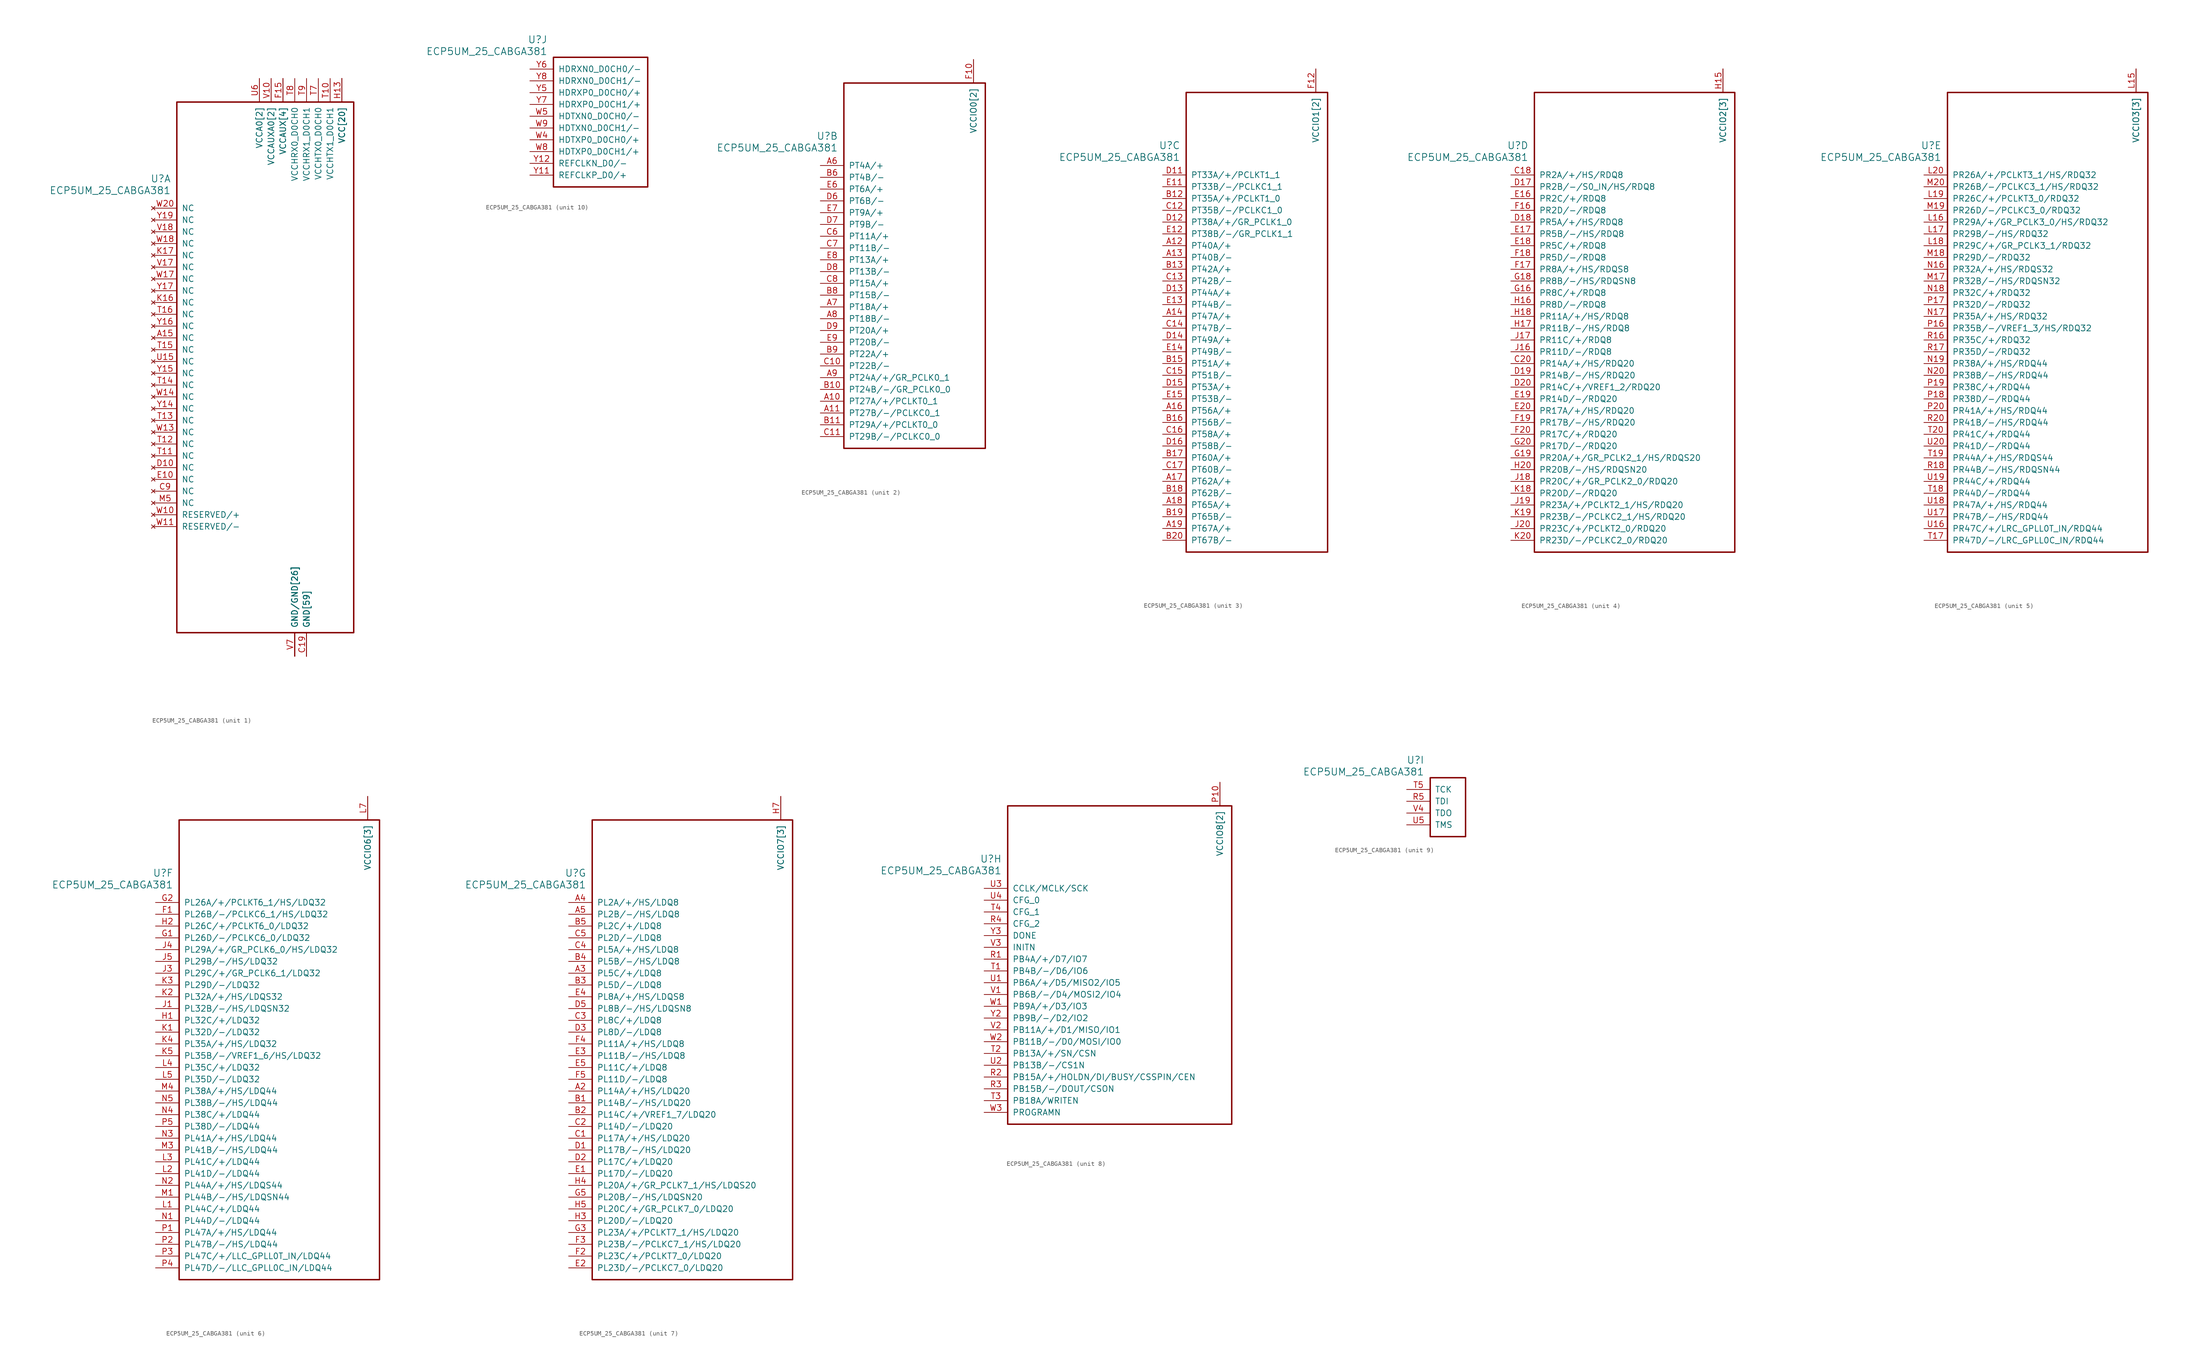
<source format=kicad_sym>
(kicad_symbol_lib
  (version 20211014)
  (generator kicad_symbol_editor)
  (symbol "ECP5UM_25_CABGA381"
    (pin_names
      (offset 1.016))
    (property "Reference" "U"
      (at 3.81 6.35 0)
      (effects (font (size 1.524 1.524)) (justify right)))
    (property "Value" "ECP5UM_25_CABGA381"
      (at 3.81 3.81 0)
      (effects (font (size 1.524 1.524)) (justify right)))
    (property "ki_locked" ""
      (at 0 0 0)
      (effects (font (size 1.27 1.27))))
    (symbol "ECP5UM_25_CABGA381_1_1"
      (rectangle (start 5.08 22.86) (end 43.18 -91.44) (stroke (width 0.305) (type default) (color 0 0 0 0)) (fill (type none)))
      (pin no_connect line (at 0 -27.94 0) (length 5.08) (name "NC" (effects (font (size 1.27 1.27)))) (number "A15" (effects (font (size 1.27 1.27)))))
      (pin power_in line (at 33.02 -96.52 90) (length 5.08) (name "GND[59]" (effects (font (size 1.27 1.27)))) (number "B14" (effects (font (size 0 0)))))
      (pin power_in line (at 33.02 -96.52 90) (length 5.08) (name "GND[59]" (effects (font (size 1.27 1.27)))) (number "B7" (effects (font (size 0 0)))))
      (pin power_in line (at 33.02 -96.52 90) (length 5.08) (name "GND[59]" (effects (font (size 1.27 1.27)))) (number "C19" (effects (font (size 1.27 1.27)))))
      (pin no_connect line (at 0 -60.96 0) (length 5.08) (name "NC" (effects (font (size 1.27 1.27)))) (number "C9" (effects (font (size 1.27 1.27)))))
      (pin no_connect line (at 0 -55.88 0) (length 5.08) (name "NC" (effects (font (size 1.27 1.27)))) (number "D10" (effects (font (size 1.27 1.27)))))
      (pin power_in line (at 33.02 -96.52 90) (length 5.08) (name "GND[59]" (effects (font (size 1.27 1.27)))) (number "D4" (effects (font (size 0 0)))))
      (pin no_connect line (at 0 -58.42 0) (length 5.08) (name "NC" (effects (font (size 1.27 1.27)))) (number "E10" (effects (font (size 1.27 1.27)))))
      (pin power_in line (at 33.02 -96.52 90) (length 5.08) (name "GND[59]" (effects (font (size 1.27 1.27)))) (number "F13" (effects (font (size 0 0)))))
      (pin power_in line (at 33.02 -96.52 90) (length 5.08) (name "GND[59]" (effects (font (size 1.27 1.27)))) (number "F14" (effects (font (size 0 0)))))
      (pin power_in line (at 27.94 27.94 270) (length 5.08) (name "VCCAUX[4]" (effects (font (size 1.27 1.27)))) (number "F15" (effects (font (size 1.27 1.27)))))
      (pin power_in line (at 27.94 27.94 270) (length 5.08) (name "VCCAUX[4]" (effects (font (size 1.27 1.27)))) (number "F6" (effects (font (size 0 0)))))
      (pin power_in line (at 33.02 -96.52 90) (length 5.08) (name "GND[59]" (effects (font (size 1.27 1.27)))) (number "F7" (effects (font (size 0 0)))))
      (pin power_in line (at 33.02 -96.52 90) (length 5.08) (name "GND[59]" (effects (font (size 1.27 1.27)))) (number "F8" (effects (font (size 0 0)))))
      (pin power_in line (at 33.02 -96.52 90) (length 5.08) (name "GND[59]" (effects (font (size 1.27 1.27)))) (number "G10" (effects (font (size 0 0)))))
      (pin power_in line (at 33.02 -96.52 90) (length 5.08) (name "GND[59]" (effects (font (size 1.27 1.27)))) (number "G11" (effects (font (size 0 0)))))
      (pin power_in line (at 33.02 -96.52 90) (length 5.08) (name "GND[59]" (effects (font (size 1.27 1.27)))) (number "G12" (effects (font (size 0 0)))))
      (pin power_in line (at 33.02 -96.52 90) (length 5.08) (name "GND[59]" (effects (font (size 1.27 1.27)))) (number "G13" (effects (font (size 0 0)))))
      (pin power_in line (at 33.02 -96.52 90) (length 5.08) (name "GND[59]" (effects (font (size 1.27 1.27)))) (number "G14" (effects (font (size 0 0)))))
      (pin power_in line (at 33.02 -96.52 90) (length 5.08) (name "GND[59]" (effects (font (size 1.27 1.27)))) (number "G15" (effects (font (size 0 0)))))
      (pin power_in line (at 33.02 -96.52 90) (length 5.08) (name "GND[59]" (effects (font (size 1.27 1.27)))) (number "G17" (effects (font (size 0 0)))))
      (pin power_in line (at 33.02 -96.52 90) (length 5.08) (name "GND[59]" (effects (font (size 1.27 1.27)))) (number "G4" (effects (font (size 0 0)))))
      (pin power_in line (at 33.02 -96.52 90) (length 5.08) (name "GND[59]" (effects (font (size 1.27 1.27)))) (number "G6" (effects (font (size 0 0)))))
      (pin power_in line (at 33.02 -96.52 90) (length 5.08) (name "GND[59]" (effects (font (size 1.27 1.27)))) (number "G7" (effects (font (size 0 0)))))
      (pin power_in line (at 33.02 -96.52 90) (length 5.08) (name "GND[59]" (effects (font (size 1.27 1.27)))) (number "G8" (effects (font (size 0 0)))))
      (pin power_in line (at 33.02 -96.52 90) (length 5.08) (name "GND[59]" (effects (font (size 1.27 1.27)))) (number "G9" (effects (font (size 0 0)))))
      (pin power_in line (at 40.64 27.94 270) (length 5.08) (name "VCC[20]" (effects (font (size 1.27 1.27)))) (number "H10" (effects (font (size 0 0)))))
      (pin power_in line (at 40.64 27.94 270) (length 5.08) (name "VCC[20]" (effects (font (size 1.27 1.27)))) (number "H11" (effects (font (size 0 0)))))
      (pin power_in line (at 40.64 27.94 270) (length 5.08) (name "VCC[20]" (effects (font (size 1.27 1.27)))) (number "H12" (effects (font (size 0 0)))))
      (pin power_in line (at 40.64 27.94 270) (length 5.08) (name "VCC[20]" (effects (font (size 1.27 1.27)))) (number "H13" (effects (font (size 1.27 1.27)))))
      (pin power_in line (at 33.02 -96.52 90) (length 5.08) (name "GND[59]" (effects (font (size 1.27 1.27)))) (number "H19" (effects (font (size 0 0)))))
      (pin power_in line (at 40.64 27.94 270) (length 5.08) (name "VCC[20]" (effects (font (size 1.27 1.27)))) (number "H8" (effects (font (size 0 0)))))
      (pin power_in line (at 40.64 27.94 270) (length 5.08) (name "VCC[20]" (effects (font (size 1.27 1.27)))) (number "H9" (effects (font (size 0 0)))))
      (pin power_in line (at 33.02 -96.52 90) (length 5.08) (name "GND[59]" (effects (font (size 1.27 1.27)))) (number "J10" (effects (font (size 0 0)))))
      (pin power_in line (at 33.02 -96.52 90) (length 5.08) (name "GND[59]" (effects (font (size 1.27 1.27)))) (number "J11" (effects (font (size 0 0)))))
      (pin power_in line (at 33.02 -96.52 90) (length 5.08) (name "GND[59]" (effects (font (size 1.27 1.27)))) (number "J12" (effects (font (size 0 0)))))
      (pin power_in line (at 40.64 27.94 270) (length 5.08) (name "VCC[20]" (effects (font (size 1.27 1.27)))) (number "J13" (effects (font (size 0 0)))))
      (pin power_in line (at 33.02 -96.52 90) (length 5.08) (name "GND[59]" (effects (font (size 1.27 1.27)))) (number "J14" (effects (font (size 0 0)))))
      (pin power_in line (at 33.02 -96.52 90) (length 5.08) (name "GND[59]" (effects (font (size 1.27 1.27)))) (number "J2" (effects (font (size 0 0)))))
      (pin power_in line (at 33.02 -96.52 90) (length 5.08) (name "GND[59]" (effects (font (size 1.27 1.27)))) (number "J7" (effects (font (size 0 0)))))
      (pin power_in line (at 40.64 27.94 270) (length 5.08) (name "VCC[20]" (effects (font (size 1.27 1.27)))) (number "J8" (effects (font (size 0 0)))))
      (pin power_in line (at 33.02 -96.52 90) (length 5.08) (name "GND[59]" (effects (font (size 1.27 1.27)))) (number "J9" (effects (font (size 0 0)))))
      (pin power_in line (at 33.02 -96.52 90) (length 5.08) (name "GND[59]" (effects (font (size 1.27 1.27)))) (number "K10" (effects (font (size 0 0)))))
      (pin power_in line (at 33.02 -96.52 90) (length 5.08) (name "GND[59]" (effects (font (size 1.27 1.27)))) (number "K11" (effects (font (size 0 0)))))
      (pin power_in line (at 33.02 -96.52 90) (length 5.08) (name "GND[59]" (effects (font (size 1.27 1.27)))) (number "K12" (effects (font (size 0 0)))))
      (pin power_in line (at 40.64 27.94 270) (length 5.08) (name "VCC[20]" (effects (font (size 1.27 1.27)))) (number "K13" (effects (font (size 0 0)))))
      (pin power_in line (at 33.02 -96.52 90) (length 5.08) (name "GND[59]" (effects (font (size 1.27 1.27)))) (number "K14" (effects (font (size 0 0)))))
      (pin power_in line (at 33.02 -96.52 90) (length 5.08) (name "GND[59]" (effects (font (size 1.27 1.27)))) (number "K15" (effects (font (size 0 0)))))
      (pin no_connect line (at 0 -20.32 0) (length 5.08) (name "NC" (effects (font (size 1.27 1.27)))) (number "K16" (effects (font (size 1.27 1.27)))))
      (pin no_connect line (at 0 -10.16 0) (length 5.08) (name "NC" (effects (font (size 1.27 1.27)))) (number "K17" (effects (font (size 1.27 1.27)))))
      (pin power_in line (at 33.02 -96.52 90) (length 5.08) (name "GND[59]" (effects (font (size 1.27 1.27)))) (number "K6" (effects (font (size 0 0)))))
      (pin power_in line (at 33.02 -96.52 90) (length 5.08) (name "GND[59]" (effects (font (size 1.27 1.27)))) (number "K7" (effects (font (size 0 0)))))
      (pin power_in line (at 40.64 27.94 270) (length 5.08) (name "VCC[20]" (effects (font (size 1.27 1.27)))) (number "K8" (effects (font (size 0 0)))))
      (pin power_in line (at 33.02 -96.52 90) (length 5.08) (name "GND[59]" (effects (font (size 1.27 1.27)))) (number "K9" (effects (font (size 0 0)))))
      (pin power_in line (at 33.02 -96.52 90) (length 5.08) (name "GND[59]" (effects (font (size 1.27 1.27)))) (number "L10" (effects (font (size 0 0)))))
      (pin power_in line (at 33.02 -96.52 90) (length 5.08) (name "GND[59]" (effects (font (size 1.27 1.27)))) (number "L11" (effects (font (size 0 0)))))
      (pin power_in line (at 33.02 -96.52 90) (length 5.08) (name "GND[59]" (effects (font (size 1.27 1.27)))) (number "L12" (effects (font (size 0 0)))))
      (pin power_in line (at 40.64 27.94 270) (length 5.08) (name "VCC[20]" (effects (font (size 1.27 1.27)))) (number "L13" (effects (font (size 0 0)))))
      (pin power_in line (at 40.64 27.94 270) (length 5.08) (name "VCC[20]" (effects (font (size 1.27 1.27)))) (number "L8" (effects (font (size 0 0)))))
      (pin power_in line (at 33.02 -96.52 90) (length 5.08) (name "GND[59]" (effects (font (size 1.27 1.27)))) (number "L9" (effects (font (size 0 0)))))
      (pin power_in line (at 33.02 -96.52 90) (length 5.08) (name "GND[59]" (effects (font (size 1.27 1.27)))) (number "M10" (effects (font (size 0 0)))))
      (pin power_in line (at 33.02 -96.52 90) (length 5.08) (name "GND[59]" (effects (font (size 1.27 1.27)))) (number "M11" (effects (font (size 0 0)))))
      (pin power_in line (at 33.02 -96.52 90) (length 5.08) (name "GND[59]" (effects (font (size 1.27 1.27)))) (number "M12" (effects (font (size 0 0)))))
      (pin power_in line (at 40.64 27.94 270) (length 5.08) (name "VCC[20]" (effects (font (size 1.27 1.27)))) (number "M13" (effects (font (size 0 0)))))
      (pin power_in line (at 33.02 -96.52 90) (length 5.08) (name "GND[59]" (effects (font (size 1.27 1.27)))) (number "M14" (effects (font (size 0 0)))))
      (pin power_in line (at 33.02 -96.52 90) (length 5.08) (name "GND[59]" (effects (font (size 1.27 1.27)))) (number "M16" (effects (font (size 0 0)))))
      (pin power_in line (at 33.02 -96.52 90) (length 5.08) (name "GND[59]" (effects (font (size 1.27 1.27)))) (number "M2" (effects (font (size 0 0)))))
      (pin no_connect line (at 0 -63.5 0) (length 5.08) (name "NC" (effects (font (size 1.27 1.27)))) (number "M5" (effects (font (size 1.27 1.27)))))
      (pin power_in line (at 33.02 -96.52 90) (length 5.08) (name "GND[59]" (effects (font (size 1.27 1.27)))) (number "M7" (effects (font (size 0 0)))))
      (pin power_in line (at 40.64 27.94 270) (length 5.08) (name "VCC[20]" (effects (font (size 1.27 1.27)))) (number "M8" (effects (font (size 0 0)))))
      (pin power_in line (at 33.02 -96.52 90) (length 5.08) (name "GND[59]" (effects (font (size 1.27 1.27)))) (number "M9" (effects (font (size 0 0)))))
      (pin power_in line (at 40.64 27.94 270) (length 5.08) (name "VCC[20]" (effects (font (size 1.27 1.27)))) (number "N10" (effects (font (size 0 0)))))
      (pin power_in line (at 40.64 27.94 270) (length 5.08) (name "VCC[20]" (effects (font (size 1.27 1.27)))) (number "N11" (effects (font (size 0 0)))))
      (pin power_in line (at 40.64 27.94 270) (length 5.08) (name "VCC[20]" (effects (font (size 1.27 1.27)))) (number "N12" (effects (font (size 0 0)))))
      (pin power_in line (at 40.64 27.94 270) (length 5.08) (name "VCC[20]" (effects (font (size 1.27 1.27)))) (number "N13" (effects (font (size 0 0)))))
      (pin power_in line (at 33.02 -96.52 90) (length 5.08) (name "GND[59]" (effects (font (size 1.27 1.27)))) (number "N14" (effects (font (size 0 0)))))
      (pin power_in line (at 33.02 -96.52 90) (length 5.08) (name "GND[59]" (effects (font (size 1.27 1.27)))) (number "N15" (effects (font (size 0 0)))))
      (pin power_in line (at 33.02 -96.52 90) (length 5.08) (name "GND[59]" (effects (font (size 1.27 1.27)))) (number "N6" (effects (font (size 0 0)))))
      (pin power_in line (at 33.02 -96.52 90) (length 5.08) (name "GND[59]" (effects (font (size 1.27 1.27)))) (number "N7" (effects (font (size 0 0)))))
      (pin power_in line (at 40.64 27.94 270) (length 5.08) (name "VCC[20]" (effects (font (size 1.27 1.27)))) (number "N8" (effects (font (size 0 0)))))
      (pin power_in line (at 40.64 27.94 270) (length 5.08) (name "VCC[20]" (effects (font (size 1.27 1.27)))) (number "N9" (effects (font (size 0 0)))))
      (pin power_in line (at 33.02 -96.52 90) (length 5.08) (name "GND[59]" (effects (font (size 1.27 1.27)))) (number "P11" (effects (font (size 0 0)))))
      (pin power_in line (at 33.02 -96.52 90) (length 5.08) (name "GND[59]" (effects (font (size 1.27 1.27)))) (number "P12" (effects (font (size 0 0)))))
      (pin power_in line (at 33.02 -96.52 90) (length 5.08) (name "GND[59]" (effects (font (size 1.27 1.27)))) (number "P13" (effects (font (size 0 0)))))
      (pin power_in line (at 33.02 -96.52 90) (length 5.08) (name "GND[59]" (effects (font (size 1.27 1.27)))) (number "P14" (effects (font (size 0 0)))))
      (pin power_in line (at 27.94 27.94 270) (length 5.08) (name "VCCAUX[4]" (effects (font (size 1.27 1.27)))) (number "P15" (effects (font (size 0 0)))))
      (pin power_in line (at 27.94 27.94 270) (length 5.08) (name "VCCAUX[4]" (effects (font (size 1.27 1.27)))) (number "P6" (effects (font (size 0 0)))))
      (pin power_in line (at 33.02 -96.52 90) (length 5.08) (name "GND[59]" (effects (font (size 1.27 1.27)))) (number "P7" (effects (font (size 0 0)))))
      (pin power_in line (at 33.02 -96.52 90) (length 5.08) (name "GND[59]" (effects (font (size 1.27 1.27)))) (number "P8" (effects (font (size 0 0)))))
      (pin power_in line (at 33.02 -96.52 90) (length 5.08) (name "GND[59]" (effects (font (size 1.27 1.27)))) (number "R19" (effects (font (size 0 0)))))
      (pin power_in line (at 38.1 27.94 270) (length 5.08) (name "VCCHTX1_D0CH1" (effects (font (size 1.27 1.27)))) (number "T10" (effects (font (size 1.27 1.27)))))
      (pin no_connect line (at 0 -53.34 0) (length 5.08) (name "NC" (effects (font (size 1.27 1.27)))) (number "T11" (effects (font (size 1.27 1.27)))))
      (pin no_connect line (at 0 -50.8 0) (length 5.08) (name "NC" (effects (font (size 1.27 1.27)))) (number "T12" (effects (font (size 1.27 1.27)))))
      (pin no_connect line (at 0 -45.72 0) (length 5.08) (name "NC" (effects (font (size 1.27 1.27)))) (number "T13" (effects (font (size 1.27 1.27)))))
      (pin no_connect line (at 0 -38.1 0) (length 5.08) (name "NC" (effects (font (size 1.27 1.27)))) (number "T14" (effects (font (size 1.27 1.27)))))
      (pin no_connect line (at 0 -30.48 0) (length 5.08) (name "NC" (effects (font (size 1.27 1.27)))) (number "T15" (effects (font (size 1.27 1.27)))))
      (pin no_connect line (at 0 -22.86 0) (length 5.08) (name "NC" (effects (font (size 1.27 1.27)))) (number "T16" (effects (font (size 1.27 1.27)))))
      (pin power_in line (at 22.86 27.94 270) (length 5.08) (name "VCCA0[2]" (effects (font (size 1.27 1.27)))) (number "T6" (effects (font (size 0 0)))))
      (pin power_in line (at 35.56 27.94 270) (length 5.08) (name "VCCHTX0_D0CH0" (effects (font (size 1.27 1.27)))) (number "T7" (effects (font (size 1.27 1.27)))))
      (pin power_in line (at 30.48 27.94 270) (length 5.08) (name "VCCHRX0_D0CH0" (effects (font (size 1.27 1.27)))) (number "T8" (effects (font (size 1.27 1.27)))))
      (pin power_in line (at 33.02 27.94 270) (length 5.08) (name "VCCHRX1_D0CH1" (effects (font (size 1.27 1.27)))) (number "T9" (effects (font (size 1.27 1.27)))))
      (pin power_in line (at 30.48 -96.52 90) (length 5.08) (name "GND/GND[26]" (effects (font (size 1.27 1.27)))) (number "U10" (effects (font (size 0 0)))))
      (pin power_in line (at 30.48 -96.52 90) (length 5.08) (name "GND/GND[26]" (effects (font (size 1.27 1.27)))) (number "U11" (effects (font (size 0 0)))))
      (pin power_in line (at 30.48 -96.52 90) (length 5.08) (name "GND/GND[26]" (effects (font (size 1.27 1.27)))) (number "U12" (effects (font (size 0 0)))))
      (pin power_in line (at 30.48 -96.52 90) (length 5.08) (name "GND/GND[26]" (effects (font (size 1.27 1.27)))) (number "U13" (effects (font (size 0 0)))))
      (pin power_in line (at 30.48 -96.52 90) (length 5.08) (name "GND/GND[26]" (effects (font (size 1.27 1.27)))) (number "U14" (effects (font (size 0 0)))))
      (pin no_connect line (at 0 -33.02 0) (length 5.08) (name "NC" (effects (font (size 1.27 1.27)))) (number "U15" (effects (font (size 1.27 1.27)))))
      (pin power_in line (at 22.86 27.94 270) (length 5.08) (name "VCCA0[2]" (effects (font (size 1.27 1.27)))) (number "U6" (effects (font (size 1.27 1.27)))))
      (pin power_in line (at 30.48 -96.52 90) (length 5.08) (name "GND/GND[26]" (effects (font (size 1.27 1.27)))) (number "U7" (effects (font (size 0 0)))))
      (pin power_in line (at 30.48 -96.52 90) (length 5.08) (name "GND/GND[26]" (effects (font (size 1.27 1.27)))) (number "U8" (effects (font (size 0 0)))))
      (pin power_in line (at 30.48 -96.52 90) (length 5.08) (name "GND/GND[26]" (effects (font (size 1.27 1.27)))) (number "U9" (effects (font (size 0 0)))))
      (pin power_in line (at 25.4 27.94 270) (length 5.08) (name "VCCAUXA0[2]" (effects (font (size 1.27 1.27)))) (number "V10" (effects (font (size 1.27 1.27)))))
      (pin power_in line (at 25.4 27.94 270) (length 5.08) (name "VCCAUXA0[2]" (effects (font (size 1.27 1.27)))) (number "V11" (effects (font (size 0 0)))))
      (pin power_in line (at 30.48 -96.52 90) (length 5.08) (name "GND/GND[26]" (effects (font (size 1.27 1.27)))) (number "V12" (effects (font (size 0 0)))))
      (pin power_in line (at 30.48 -96.52 90) (length 5.08) (name "GND/GND[26]" (effects (font (size 1.27 1.27)))) (number "V13" (effects (font (size 0 0)))))
      (pin power_in line (at 30.48 -96.52 90) (length 5.08) (name "GND/GND[26]" (effects (font (size 1.27 1.27)))) (number "V14" (effects (font (size 0 0)))))
      (pin power_in line (at 30.48 -96.52 90) (length 5.08) (name "GND/GND[26]" (effects (font (size 1.27 1.27)))) (number "V15" (effects (font (size 0 0)))))
      (pin power_in line (at 30.48 -96.52 90) (length 5.08) (name "GND/GND[26]" (effects (font (size 1.27 1.27)))) (number "V16" (effects (font (size 0 0)))))
      (pin no_connect line (at 0 -12.7 0) (length 5.08) (name "NC" (effects (font (size 1.27 1.27)))) (number "V17" (effects (font (size 1.27 1.27)))))
      (pin no_connect line (at 0 -5.08 0) (length 5.08) (name "NC" (effects (font (size 1.27 1.27)))) (number "V18" (effects (font (size 1.27 1.27)))))
      (pin power_in line (at 30.48 -96.52 90) (length 5.08) (name "GND/GND[26]" (effects (font (size 1.27 1.27)))) (number "V19" (effects (font (size 0 0)))))
      (pin power_in line (at 30.48 -96.52 90) (length 5.08) (name "GND/GND[26]" (effects (font (size 1.27 1.27)))) (number "V20" (effects (font (size 0 0)))))
      (pin power_in line (at 30.48 -96.52 90) (length 5.08) (name "GND/GND[26]" (effects (font (size 1.27 1.27)))) (number "V5" (effects (font (size 0 0)))))
      (pin power_in line (at 30.48 -96.52 90) (length 5.08) (name "GND/GND[26]" (effects (font (size 1.27 1.27)))) (number "V6" (effects (font (size 0 0)))))
      (pin power_in line (at 30.48 -96.52 90) (length 5.08) (name "GND/GND[26]" (effects (font (size 1.27 1.27)))) (number "V7" (effects (font (size 1.27 1.27)))))
      (pin power_in line (at 30.48 -96.52 90) (length 5.08) (name "GND/GND[26]" (effects (font (size 1.27 1.27)))) (number "V8" (effects (font (size 0 0)))))
      (pin power_in line (at 30.48 -96.52 90) (length 5.08) (name "GND/GND[26]" (effects (font (size 1.27 1.27)))) (number "V9" (effects (font (size 0 0)))))
      (pin no_connect line (at 0 -66.04 0) (length 5.08) (name "RESERVED/+" (effects (font (size 1.27 1.27)))) (number "W10" (effects (font (size 1.27 1.27)))))
      (pin no_connect line (at 0 -68.58 0) (length 5.08) (name "RESERVED/-" (effects (font (size 1.27 1.27)))) (number "W11" (effects (font (size 1.27 1.27)))))
      (pin power_in line (at 30.48 -96.52 90) (length 5.08) (name "GND/GND[26]" (effects (font (size 1.27 1.27)))) (number "W12" (effects (font (size 0 0)))))
      (pin no_connect line (at 0 -48.26 0) (length 5.08) (name "NC" (effects (font (size 1.27 1.27)))) (number "W13" (effects (font (size 1.27 1.27)))))
      (pin no_connect line (at 0 -40.64 0) (length 5.08) (name "NC" (effects (font (size 1.27 1.27)))) (number "W14" (effects (font (size 1.27 1.27)))))
      (pin power_in line (at 30.48 -96.52 90) (length 5.08) (name "GND/GND[26]" (effects (font (size 1.27 1.27)))) (number "W15" (effects (font (size 0 0)))))
      (pin power_in line (at 30.48 -96.52 90) (length 5.08) (name "GND/GND[26]" (effects (font (size 1.27 1.27)))) (number "W16" (effects (font (size 0 0)))))
      (pin no_connect line (at 0 -15.24 0) (length 5.08) (name "NC" (effects (font (size 1.27 1.27)))) (number "W17" (effects (font (size 1.27 1.27)))))
      (pin no_connect line (at 0 -7.62 0) (length 5.08) (name "NC" (effects (font (size 1.27 1.27)))) (number "W18" (effects (font (size 1.27 1.27)))))
      (pin power_in line (at 30.48 -96.52 90) (length 5.08) (name "GND/GND[26]" (effects (font (size 1.27 1.27)))) (number "W19" (effects (font (size 0 0)))))
      (pin no_connect line (at 0 0 0) (length 5.08) (name "NC" (effects (font (size 1.27 1.27)))) (number "W20" (effects (font (size 1.27 1.27)))))
      (pin power_in line (at 30.48 -96.52 90) (length 5.08) (name "GND/GND[26]" (effects (font (size 1.27 1.27)))) (number "W6" (effects (font (size 0 0)))))
      (pin power_in line (at 30.48 -96.52 90) (length 5.08) (name "GND/GND[26]" (effects (font (size 1.27 1.27)))) (number "W7" (effects (font (size 0 0)))))
      (pin no_connect line (at 0 -43.18 0) (length 5.08) (name "NC" (effects (font (size 1.27 1.27)))) (number "Y14" (effects (font (size 1.27 1.27)))))
      (pin no_connect line (at 0 -35.56 0) (length 5.08) (name "NC" (effects (font (size 1.27 1.27)))) (number "Y15" (effects (font (size 1.27 1.27)))))
      (pin no_connect line (at 0 -25.4 0) (length 5.08) (name "NC" (effects (font (size 1.27 1.27)))) (number "Y16" (effects (font (size 1.27 1.27)))))
      (pin no_connect line (at 0 -17.78 0) (length 5.08) (name "NC" (effects (font (size 1.27 1.27)))) (number "Y17" (effects (font (size 1.27 1.27)))))
      (pin no_connect line (at 0 -2.54 0) (length 5.08) (name "NC" (effects (font (size 1.27 1.27)))) (number "Y19" (effects (font (size 1.27 1.27))))))
    (symbol "ECP5UM_25_CABGA381_2_1"
      (rectangle (start 5.08 17.78) (end 35.56 -60.96) (stroke (width 0.305) (type default) (color 0 0 0 0)) (fill (type none)))
      (pin bidirectional line (at 0 -50.8 0) (length 5.08) (name "PT27A/+/PCLKT0_1" (effects (font (size 1.27 1.27)))) (number "A10" (effects (font (size 1.27 1.27)))))
      (pin bidirectional line (at 0 -53.34 0) (length 5.08) (name "PT27B/-/PCLKC0_1" (effects (font (size 1.27 1.27)))) (number "A11" (effects (font (size 1.27 1.27)))))
      (pin bidirectional line (at 0 0 0) (length 5.08) (name "PT4A/+" (effects (font (size 1.27 1.27)))) (number "A6" (effects (font (size 1.27 1.27)))))
      (pin bidirectional line (at 0 -30.48 0) (length 5.08) (name "PT18A/+" (effects (font (size 1.27 1.27)))) (number "A7" (effects (font (size 1.27 1.27)))))
      (pin bidirectional line (at 0 -33.02 0) (length 5.08) (name "PT18B/-" (effects (font (size 1.27 1.27)))) (number "A8" (effects (font (size 1.27 1.27)))))
      (pin bidirectional line (at 0 -45.72 0) (length 5.08) (name "PT24A/+/GR_PCLK0_1" (effects (font (size 1.27 1.27)))) (number "A9" (effects (font (size 1.27 1.27)))))
      (pin bidirectional line (at 0 -48.26 0) (length 5.08) (name "PT24B/-/GR_PCLK0_0" (effects (font (size 1.27 1.27)))) (number "B10" (effects (font (size 1.27 1.27)))))
      (pin bidirectional line (at 0 -55.88 0) (length 5.08) (name "PT29A/+/PCLKT0_0" (effects (font (size 1.27 1.27)))) (number "B11" (effects (font (size 1.27 1.27)))))
      (pin bidirectional line (at 0 -2.54 0) (length 5.08) (name "PT4B/-" (effects (font (size 1.27 1.27)))) (number "B6" (effects (font (size 1.27 1.27)))))
      (pin bidirectional line (at 0 -27.94 0) (length 5.08) (name "PT15B/-" (effects (font (size 1.27 1.27)))) (number "B8" (effects (font (size 1.27 1.27)))))
      (pin bidirectional line (at 0 -40.64 0) (length 5.08) (name "PT22A/+" (effects (font (size 1.27 1.27)))) (number "B9" (effects (font (size 1.27 1.27)))))
      (pin bidirectional line (at 0 -43.18 0) (length 5.08) (name "PT22B/-" (effects (font (size 1.27 1.27)))) (number "C10" (effects (font (size 1.27 1.27)))))
      (pin bidirectional line (at 0 -58.42 0) (length 5.08) (name "PT29B/-/PCLKC0_0" (effects (font (size 1.27 1.27)))) (number "C11" (effects (font (size 1.27 1.27)))))
      (pin bidirectional line (at 0 -15.24 0) (length 5.08) (name "PT11A/+" (effects (font (size 1.27 1.27)))) (number "C6" (effects (font (size 1.27 1.27)))))
      (pin bidirectional line (at 0 -17.78 0) (length 5.08) (name "PT11B/-" (effects (font (size 1.27 1.27)))) (number "C7" (effects (font (size 1.27 1.27)))))
      (pin bidirectional line (at 0 -25.4 0) (length 5.08) (name "PT15A/+" (effects (font (size 1.27 1.27)))) (number "C8" (effects (font (size 1.27 1.27)))))
      (pin bidirectional line (at 0 -7.62 0) (length 5.08) (name "PT6B/-" (effects (font (size 1.27 1.27)))) (number "D6" (effects (font (size 1.27 1.27)))))
      (pin bidirectional line (at 0 -12.7 0) (length 5.08) (name "PT9B/-" (effects (font (size 1.27 1.27)))) (number "D7" (effects (font (size 1.27 1.27)))))
      (pin bidirectional line (at 0 -22.86 0) (length 5.08) (name "PT13B/-" (effects (font (size 1.27 1.27)))) (number "D8" (effects (font (size 1.27 1.27)))))
      (pin bidirectional line (at 0 -35.56 0) (length 5.08) (name "PT20A/+" (effects (font (size 1.27 1.27)))) (number "D9" (effects (font (size 1.27 1.27)))))
      (pin bidirectional line (at 0 -5.08 0) (length 5.08) (name "PT6A/+" (effects (font (size 1.27 1.27)))) (number "E6" (effects (font (size 1.27 1.27)))))
      (pin bidirectional line (at 0 -10.16 0) (length 5.08) (name "PT9A/+" (effects (font (size 1.27 1.27)))) (number "E7" (effects (font (size 1.27 1.27)))))
      (pin bidirectional line (at 0 -20.32 0) (length 5.08) (name "PT13A/+" (effects (font (size 1.27 1.27)))) (number "E8" (effects (font (size 1.27 1.27)))))
      (pin bidirectional line (at 0 -38.1 0) (length 5.08) (name "PT20B/-" (effects (font (size 1.27 1.27)))) (number "E9" (effects (font (size 1.27 1.27)))))
      (pin power_in line (at 33.02 22.86 270) (length 5.08) (name "VCCIO0[2]" (effects (font (size 1.27 1.27)))) (number "F10" (effects (font (size 1.27 1.27)))))
      (pin power_in line (at 33.02 22.86 270) (length 5.08) (name "VCCIO0[2]" (effects (font (size 1.27 1.27)))) (number "F9" (effects (font (size 0 0))))))
    (symbol "ECP5UM_25_CABGA381_3_1"
      (rectangle (start 5.08 17.78) (end 35.56 -81.28) (stroke (width 0.305) (type default) (color 0 0 0 0)) (fill (type none)))
      (pin bidirectional line (at 0 -15.24 0) (length 5.08) (name "PT40A/+" (effects (font (size 1.27 1.27)))) (number "A12" (effects (font (size 1.27 1.27)))))
      (pin bidirectional line (at 0 -17.78 0) (length 5.08) (name "PT40B/-" (effects (font (size 1.27 1.27)))) (number "A13" (effects (font (size 1.27 1.27)))))
      (pin bidirectional line (at 0 -30.48 0) (length 5.08) (name "PT47A/+" (effects (font (size 1.27 1.27)))) (number "A14" (effects (font (size 1.27 1.27)))))
      (pin bidirectional line (at 0 -50.8 0) (length 5.08) (name "PT56A/+" (effects (font (size 1.27 1.27)))) (number "A16" (effects (font (size 1.27 1.27)))))
      (pin bidirectional line (at 0 -66.04 0) (length 5.08) (name "PT62A/+" (effects (font (size 1.27 1.27)))) (number "A17" (effects (font (size 1.27 1.27)))))
      (pin bidirectional line (at 0 -71.12 0) (length 5.08) (name "PT65A/+" (effects (font (size 1.27 1.27)))) (number "A18" (effects (font (size 1.27 1.27)))))
      (pin bidirectional line (at 0 -76.2 0) (length 5.08) (name "PT67A/+" (effects (font (size 1.27 1.27)))) (number "A19" (effects (font (size 1.27 1.27)))))
      (pin bidirectional line (at 0 -5.08 0) (length 5.08) (name "PT35A/+/PCLKT1_0" (effects (font (size 1.27 1.27)))) (number "B12" (effects (font (size 1.27 1.27)))))
      (pin bidirectional line (at 0 -20.32 0) (length 5.08) (name "PT42A/+" (effects (font (size 1.27 1.27)))) (number "B13" (effects (font (size 1.27 1.27)))))
      (pin bidirectional line (at 0 -40.64 0) (length 5.08) (name "PT51A/+" (effects (font (size 1.27 1.27)))) (number "B15" (effects (font (size 1.27 1.27)))))
      (pin bidirectional line (at 0 -53.34 0) (length 5.08) (name "PT56B/-" (effects (font (size 1.27 1.27)))) (number "B16" (effects (font (size 1.27 1.27)))))
      (pin bidirectional line (at 0 -60.96 0) (length 5.08) (name "PT60A/+" (effects (font (size 1.27 1.27)))) (number "B17" (effects (font (size 1.27 1.27)))))
      (pin bidirectional line (at 0 -68.58 0) (length 5.08) (name "PT62B/-" (effects (font (size 1.27 1.27)))) (number "B18" (effects (font (size 1.27 1.27)))))
      (pin bidirectional line (at 0 -73.66 0) (length 5.08) (name "PT65B/-" (effects (font (size 1.27 1.27)))) (number "B19" (effects (font (size 1.27 1.27)))))
      (pin bidirectional line (at 0 -78.74 0) (length 5.08) (name "PT67B/-" (effects (font (size 1.27 1.27)))) (number "B20" (effects (font (size 1.27 1.27)))))
      (pin bidirectional line (at 0 -7.62 0) (length 5.08) (name "PT35B/-/PCLKC1_0" (effects (font (size 1.27 1.27)))) (number "C12" (effects (font (size 1.27 1.27)))))
      (pin bidirectional line (at 0 -22.86 0) (length 5.08) (name "PT42B/-" (effects (font (size 1.27 1.27)))) (number "C13" (effects (font (size 1.27 1.27)))))
      (pin bidirectional line (at 0 -33.02 0) (length 5.08) (name "PT47B/-" (effects (font (size 1.27 1.27)))) (number "C14" (effects (font (size 1.27 1.27)))))
      (pin bidirectional line (at 0 -43.18 0) (length 5.08) (name "PT51B/-" (effects (font (size 1.27 1.27)))) (number "C15" (effects (font (size 1.27 1.27)))))
      (pin bidirectional line (at 0 -55.88 0) (length 5.08) (name "PT58A/+" (effects (font (size 1.27 1.27)))) (number "C16" (effects (font (size 1.27 1.27)))))
      (pin bidirectional line (at 0 -63.5 0) (length 5.08) (name "PT60B/-" (effects (font (size 1.27 1.27)))) (number "C17" (effects (font (size 1.27 1.27)))))
      (pin bidirectional line (at 0 0 0) (length 5.08) (name "PT33A/+/PCLKT1_1" (effects (font (size 1.27 1.27)))) (number "D11" (effects (font (size 1.27 1.27)))))
      (pin bidirectional line (at 0 -10.16 0) (length 5.08) (name "PT38A/+/GR_PCLK1_0" (effects (font (size 1.27 1.27)))) (number "D12" (effects (font (size 1.27 1.27)))))
      (pin bidirectional line (at 0 -25.4 0) (length 5.08) (name "PT44A/+" (effects (font (size 1.27 1.27)))) (number "D13" (effects (font (size 1.27 1.27)))))
      (pin bidirectional line (at 0 -35.56 0) (length 5.08) (name "PT49A/+" (effects (font (size 1.27 1.27)))) (number "D14" (effects (font (size 1.27 1.27)))))
      (pin bidirectional line (at 0 -45.72 0) (length 5.08) (name "PT53A/+" (effects (font (size 1.27 1.27)))) (number "D15" (effects (font (size 1.27 1.27)))))
      (pin bidirectional line (at 0 -58.42 0) (length 5.08) (name "PT58B/-" (effects (font (size 1.27 1.27)))) (number "D16" (effects (font (size 1.27 1.27)))))
      (pin bidirectional line (at 0 -2.54 0) (length 5.08) (name "PT33B/-/PCLKC1_1" (effects (font (size 1.27 1.27)))) (number "E11" (effects (font (size 1.27 1.27)))))
      (pin bidirectional line (at 0 -12.7 0) (length 5.08) (name "PT38B/-/GR_PCLK1_1" (effects (font (size 1.27 1.27)))) (number "E12" (effects (font (size 1.27 1.27)))))
      (pin bidirectional line (at 0 -27.94 0) (length 5.08) (name "PT44B/-" (effects (font (size 1.27 1.27)))) (number "E13" (effects (font (size 1.27 1.27)))))
      (pin bidirectional line (at 0 -38.1 0) (length 5.08) (name "PT49B/-" (effects (font (size 1.27 1.27)))) (number "E14" (effects (font (size 1.27 1.27)))))
      (pin bidirectional line (at 0 -48.26 0) (length 5.08) (name "PT53B/-" (effects (font (size 1.27 1.27)))) (number "E15" (effects (font (size 1.27 1.27)))))
      (pin power_in line (at 33.02 22.86 270) (length 5.08) (name "VCCIO1[2]" (effects (font (size 1.27 1.27)))) (number "F11" (effects (font (size 0 0)))))
      (pin power_in line (at 33.02 22.86 270) (length 5.08) (name "VCCIO1[2]" (effects (font (size 1.27 1.27)))) (number "F12" (effects (font (size 1.27 1.27))))))
    (symbol "ECP5UM_25_CABGA381_4_1"
      (rectangle (start 5.08 17.78) (end 48.26 -81.28) (stroke (width 0.305) (type default) (color 0 0 0 0)) (fill (type none)))
      (pin bidirectional line (at 0 0 0) (length 5.08) (name "PR2A/+/HS/RDQ8" (effects (font (size 1.27 1.27)))) (number "C18" (effects (font (size 1.27 1.27)))))
      (pin bidirectional line (at 0 -40.64 0) (length 5.08) (name "PR14A/+/HS/RDQ20" (effects (font (size 1.27 1.27)))) (number "C20" (effects (font (size 1.27 1.27)))))
      (pin bidirectional line (at 0 -2.54 0) (length 5.08) (name "PR2B/-/S0_IN/HS/RDQ8" (effects (font (size 1.27 1.27)))) (number "D17" (effects (font (size 1.27 1.27)))))
      (pin bidirectional line (at 0 -10.16 0) (length 5.08) (name "PR5A/+/HS/RDQ8" (effects (font (size 1.27 1.27)))) (number "D18" (effects (font (size 1.27 1.27)))))
      (pin bidirectional line (at 0 -43.18 0) (length 5.08) (name "PR14B/-/HS/RDQ20" (effects (font (size 1.27 1.27)))) (number "D19" (effects (font (size 1.27 1.27)))))
      (pin bidirectional line (at 0 -45.72 0) (length 5.08) (name "PR14C/+/VREF1_2/RDQ20" (effects (font (size 1.27 1.27)))) (number "D20" (effects (font (size 1.27 1.27)))))
      (pin bidirectional line (at 0 -5.08 0) (length 5.08) (name "PR2C/+/RDQ8" (effects (font (size 1.27 1.27)))) (number "E16" (effects (font (size 1.27 1.27)))))
      (pin bidirectional line (at 0 -12.7 0) (length 5.08) (name "PR5B/-/HS/RDQ8" (effects (font (size 1.27 1.27)))) (number "E17" (effects (font (size 1.27 1.27)))))
      (pin bidirectional line (at 0 -15.24 0) (length 5.08) (name "PR5C/+/RDQ8" (effects (font (size 1.27 1.27)))) (number "E18" (effects (font (size 1.27 1.27)))))
      (pin bidirectional line (at 0 -48.26 0) (length 5.08) (name "PR14D/-/RDQ20" (effects (font (size 1.27 1.27)))) (number "E19" (effects (font (size 1.27 1.27)))))
      (pin bidirectional line (at 0 -50.8 0) (length 5.08) (name "PR17A/+/HS/RDQ20" (effects (font (size 1.27 1.27)))) (number "E20" (effects (font (size 1.27 1.27)))))
      (pin bidirectional line (at 0 -7.62 0) (length 5.08) (name "PR2D/-/RDQ8" (effects (font (size 1.27 1.27)))) (number "F16" (effects (font (size 1.27 1.27)))))
      (pin bidirectional line (at 0 -20.32 0) (length 5.08) (name "PR8A/+/HS/RDQS8" (effects (font (size 1.27 1.27)))) (number "F17" (effects (font (size 1.27 1.27)))))
      (pin bidirectional line (at 0 -17.78 0) (length 5.08) (name "PR5D/-/RDQ8" (effects (font (size 1.27 1.27)))) (number "F18" (effects (font (size 1.27 1.27)))))
      (pin bidirectional line (at 0 -53.34 0) (length 5.08) (name "PR17B/-/HS/RDQ20" (effects (font (size 1.27 1.27)))) (number "F19" (effects (font (size 1.27 1.27)))))
      (pin bidirectional line (at 0 -55.88 0) (length 5.08) (name "PR17C/+/RDQ20" (effects (font (size 1.27 1.27)))) (number "F20" (effects (font (size 1.27 1.27)))))
      (pin bidirectional line (at 0 -25.4 0) (length 5.08) (name "PR8C/+/RDQ8" (effects (font (size 1.27 1.27)))) (number "G16" (effects (font (size 1.27 1.27)))))
      (pin bidirectional line (at 0 -22.86 0) (length 5.08) (name "PR8B/-/HS/RDQSN8" (effects (font (size 1.27 1.27)))) (number "G18" (effects (font (size 1.27 1.27)))))
      (pin bidirectional line (at 0 -60.96 0) (length 5.08) (name "PR20A/+/GR_PCLK2_1/HS/RDQS20" (effects (font (size 1.27 1.27)))) (number "G19" (effects (font (size 1.27 1.27)))))
      (pin bidirectional line (at 0 -58.42 0) (length 5.08) (name "PR17D/-/RDQ20" (effects (font (size 1.27 1.27)))) (number "G20" (effects (font (size 1.27 1.27)))))
      (pin power_in line (at 45.72 22.86 270) (length 5.08) (name "VCCIO2[3]" (effects (font (size 1.27 1.27)))) (number "H14" (effects (font (size 0 0)))))
      (pin power_in line (at 45.72 22.86 270) (length 5.08) (name "VCCIO2[3]" (effects (font (size 1.27 1.27)))) (number "H15" (effects (font (size 1.27 1.27)))))
      (pin bidirectional line (at 0 -27.94 0) (length 5.08) (name "PR8D/-/RDQ8" (effects (font (size 1.27 1.27)))) (number "H16" (effects (font (size 1.27 1.27)))))
      (pin bidirectional line (at 0 -33.02 0) (length 5.08) (name "PR11B/-/HS/RDQ8" (effects (font (size 1.27 1.27)))) (number "H17" (effects (font (size 1.27 1.27)))))
      (pin bidirectional line (at 0 -30.48 0) (length 5.08) (name "PR11A/+/HS/RDQ8" (effects (font (size 1.27 1.27)))) (number "H18" (effects (font (size 1.27 1.27)))))
      (pin bidirectional line (at 0 -63.5 0) (length 5.08) (name "PR20B/-/HS/RDQSN20" (effects (font (size 1.27 1.27)))) (number "H20" (effects (font (size 1.27 1.27)))))
      (pin power_in line (at 45.72 22.86 270) (length 5.08) (name "VCCIO2[3]" (effects (font (size 1.27 1.27)))) (number "J15" (effects (font (size 0 0)))))
      (pin bidirectional line (at 0 -38.1 0) (length 5.08) (name "PR11D/-/RDQ8" (effects (font (size 1.27 1.27)))) (number "J16" (effects (font (size 1.27 1.27)))))
      (pin bidirectional line (at 0 -35.56 0) (length 5.08) (name "PR11C/+/RDQ8" (effects (font (size 1.27 1.27)))) (number "J17" (effects (font (size 1.27 1.27)))))
      (pin bidirectional line (at 0 -66.04 0) (length 5.08) (name "PR20C/+/GR_PCLK2_0/RDQ20" (effects (font (size 1.27 1.27)))) (number "J18" (effects (font (size 1.27 1.27)))))
      (pin bidirectional line (at 0 -71.12 0) (length 5.08) (name "PR23A/+/PCLKT2_1/HS/RDQ20" (effects (font (size 1.27 1.27)))) (number "J19" (effects (font (size 1.27 1.27)))))
      (pin bidirectional line (at 0 -76.2 0) (length 5.08) (name "PR23C/+/PCLKT2_0/RDQ20" (effects (font (size 1.27 1.27)))) (number "J20" (effects (font (size 1.27 1.27)))))
      (pin bidirectional line (at 0 -68.58 0) (length 5.08) (name "PR20D/-/RDQ20" (effects (font (size 1.27 1.27)))) (number "K18" (effects (font (size 1.27 1.27)))))
      (pin bidirectional line (at 0 -73.66 0) (length 5.08) (name "PR23B/-/PCLKC2_1/HS/RDQ20" (effects (font (size 1.27 1.27)))) (number "K19" (effects (font (size 1.27 1.27)))))
      (pin bidirectional line (at 0 -78.74 0) (length 5.08) (name "PR23D/-/PCLKC2_0/RDQ20" (effects (font (size 1.27 1.27)))) (number "K20" (effects (font (size 1.27 1.27))))))
    (symbol "ECP5UM_25_CABGA381_5_1"
      (rectangle (start 5.08 17.78) (end 48.26 -81.28) (stroke (width 0.305) (type default) (color 0 0 0 0)) (fill (type none)))
      (pin power_in line (at 45.72 22.86 270) (length 5.08) (name "VCCIO3[3]" (effects (font (size 1.27 1.27)))) (number "L14" (effects (font (size 0 0)))))
      (pin power_in line (at 45.72 22.86 270) (length 5.08) (name "VCCIO3[3]" (effects (font (size 1.27 1.27)))) (number "L15" (effects (font (size 1.27 1.27)))))
      (pin bidirectional line (at 0 -10.16 0) (length 5.08) (name "PR29A/+/GR_PCLK3_0/HS/RDQ32" (effects (font (size 1.27 1.27)))) (number "L16" (effects (font (size 1.27 1.27)))))
      (pin bidirectional line (at 0 -12.7 0) (length 5.08) (name "PR29B/-/HS/RDQ32" (effects (font (size 1.27 1.27)))) (number "L17" (effects (font (size 1.27 1.27)))))
      (pin bidirectional line (at 0 -15.24 0) (length 5.08) (name "PR29C/+/GR_PCLK3_1/RDQ32" (effects (font (size 1.27 1.27)))) (number "L18" (effects (font (size 1.27 1.27)))))
      (pin bidirectional line (at 0 -5.08 0) (length 5.08) (name "PR26C/+/PCLKT3_0/RDQ32" (effects (font (size 1.27 1.27)))) (number "L19" (effects (font (size 1.27 1.27)))))
      (pin bidirectional line (at 0 0 0) (length 5.08) (name "PR26A/+/PCLKT3_1/HS/RDQ32" (effects (font (size 1.27 1.27)))) (number "L20" (effects (font (size 1.27 1.27)))))
      (pin power_in line (at 45.72 22.86 270) (length 5.08) (name "VCCIO3[3]" (effects (font (size 1.27 1.27)))) (number "M15" (effects (font (size 0 0)))))
      (pin bidirectional line (at 0 -22.86 0) (length 5.08) (name "PR32B/-/HS/RDQSN32" (effects (font (size 1.27 1.27)))) (number "M17" (effects (font (size 1.27 1.27)))))
      (pin bidirectional line (at 0 -17.78 0) (length 5.08) (name "PR29D/-/RDQ32" (effects (font (size 1.27 1.27)))) (number "M18" (effects (font (size 1.27 1.27)))))
      (pin bidirectional line (at 0 -7.62 0) (length 5.08) (name "PR26D/-/PCLKC3_0/RDQ32" (effects (font (size 1.27 1.27)))) (number "M19" (effects (font (size 1.27 1.27)))))
      (pin bidirectional line (at 0 -2.54 0) (length 5.08) (name "PR26B/-/PCLKC3_1/HS/RDQ32" (effects (font (size 1.27 1.27)))) (number "M20" (effects (font (size 1.27 1.27)))))
      (pin bidirectional line (at 0 -20.32 0) (length 5.08) (name "PR32A/+/HS/RDQS32" (effects (font (size 1.27 1.27)))) (number "N16" (effects (font (size 1.27 1.27)))))
      (pin bidirectional line (at 0 -30.48 0) (length 5.08) (name "PR35A/+/HS/RDQ32" (effects (font (size 1.27 1.27)))) (number "N17" (effects (font (size 1.27 1.27)))))
      (pin bidirectional line (at 0 -25.4 0) (length 5.08) (name "PR32C/+/RDQ32" (effects (font (size 1.27 1.27)))) (number "N18" (effects (font (size 1.27 1.27)))))
      (pin bidirectional line (at 0 -40.64 0) (length 5.08) (name "PR38A/+/HS/RDQ44" (effects (font (size 1.27 1.27)))) (number "N19" (effects (font (size 1.27 1.27)))))
      (pin bidirectional line (at 0 -43.18 0) (length 5.08) (name "PR38B/-/HS/RDQ44" (effects (font (size 1.27 1.27)))) (number "N20" (effects (font (size 1.27 1.27)))))
      (pin bidirectional line (at 0 -33.02 0) (length 5.08) (name "PR35B/-/VREF1_3/HS/RDQ32" (effects (font (size 1.27 1.27)))) (number "P16" (effects (font (size 1.27 1.27)))))
      (pin bidirectional line (at 0 -27.94 0) (length 5.08) (name "PR32D/-/RDQ32" (effects (font (size 1.27 1.27)))) (number "P17" (effects (font (size 1.27 1.27)))))
      (pin bidirectional line (at 0 -48.26 0) (length 5.08) (name "PR38D/-/RDQ44" (effects (font (size 1.27 1.27)))) (number "P18" (effects (font (size 1.27 1.27)))))
      (pin bidirectional line (at 0 -45.72 0) (length 5.08) (name "PR38C/+/RDQ44" (effects (font (size 1.27 1.27)))) (number "P19" (effects (font (size 1.27 1.27)))))
      (pin bidirectional line (at 0 -50.8 0) (length 5.08) (name "PR41A/+/HS/RDQ44" (effects (font (size 1.27 1.27)))) (number "P20" (effects (font (size 1.27 1.27)))))
      (pin bidirectional line (at 0 -35.56 0) (length 5.08) (name "PR35C/+/RDQ32" (effects (font (size 1.27 1.27)))) (number "R16" (effects (font (size 1.27 1.27)))))
      (pin bidirectional line (at 0 -38.1 0) (length 5.08) (name "PR35D/-/RDQ32" (effects (font (size 1.27 1.27)))) (number "R17" (effects (font (size 1.27 1.27)))))
      (pin bidirectional line (at 0 -63.5 0) (length 5.08) (name "PR44B/-/HS/RDQSN44" (effects (font (size 1.27 1.27)))) (number "R18" (effects (font (size 1.27 1.27)))))
      (pin bidirectional line (at 0 -53.34 0) (length 5.08) (name "PR41B/-/HS/RDQ44" (effects (font (size 1.27 1.27)))) (number "R20" (effects (font (size 1.27 1.27)))))
      (pin bidirectional line (at 0 -78.74 0) (length 5.08) (name "PR47D/-/LRC_GPLL0C_IN/RDQ44" (effects (font (size 1.27 1.27)))) (number "T17" (effects (font (size 1.27 1.27)))))
      (pin bidirectional line (at 0 -68.58 0) (length 5.08) (name "PR44D/-/RDQ44" (effects (font (size 1.27 1.27)))) (number "T18" (effects (font (size 1.27 1.27)))))
      (pin bidirectional line (at 0 -60.96 0) (length 5.08) (name "PR44A/+/HS/RDQS44" (effects (font (size 1.27 1.27)))) (number "T19" (effects (font (size 1.27 1.27)))))
      (pin bidirectional line (at 0 -55.88 0) (length 5.08) (name "PR41C/+/RDQ44" (effects (font (size 1.27 1.27)))) (number "T20" (effects (font (size 1.27 1.27)))))
      (pin bidirectional line (at 0 -76.2 0) (length 5.08) (name "PR47C/+/LRC_GPLL0T_IN/RDQ44" (effects (font (size 1.27 1.27)))) (number "U16" (effects (font (size 1.27 1.27)))))
      (pin bidirectional line (at 0 -73.66 0) (length 5.08) (name "PR47B/-/HS/RDQ44" (effects (font (size 1.27 1.27)))) (number "U17" (effects (font (size 1.27 1.27)))))
      (pin bidirectional line (at 0 -71.12 0) (length 5.08) (name "PR47A/+/HS/RDQ44" (effects (font (size 1.27 1.27)))) (number "U18" (effects (font (size 1.27 1.27)))))
      (pin bidirectional line (at 0 -66.04 0) (length 5.08) (name "PR44C/+/RDQ44" (effects (font (size 1.27 1.27)))) (number "U19" (effects (font (size 1.27 1.27)))))
      (pin bidirectional line (at 0 -58.42 0) (length 5.08) (name "PR41D/-/RDQ44" (effects (font (size 1.27 1.27)))) (number "U20" (effects (font (size 1.27 1.27))))))
    (symbol "ECP5UM_25_CABGA381_6_1"
      (rectangle (start 5.08 17.78) (end 48.26 -81.28) (stroke (width 0.305) (type default) (color 0 0 0 0)) (fill (type none)))
      (pin bidirectional line (at 0 -2.54 0) (length 5.08) (name "PL26B/-/PCLKC6_1/HS/LDQ32" (effects (font (size 1.27 1.27)))) (number "F1" (effects (font (size 1.27 1.27)))))
      (pin bidirectional line (at 0 -7.62 0) (length 5.08) (name "PL26D/-/PCLKC6_0/LDQ32" (effects (font (size 1.27 1.27)))) (number "G1" (effects (font (size 1.27 1.27)))))
      (pin bidirectional line (at 0 0 0) (length 5.08) (name "PL26A/+/PCLKT6_1/HS/LDQ32" (effects (font (size 1.27 1.27)))) (number "G2" (effects (font (size 1.27 1.27)))))
      (pin bidirectional line (at 0 -25.4 0) (length 5.08) (name "PL32C/+/LDQ32" (effects (font (size 1.27 1.27)))) (number "H1" (effects (font (size 1.27 1.27)))))
      (pin bidirectional line (at 0 -5.08 0) (length 5.08) (name "PL26C/+/PCLKT6_0/LDQ32" (effects (font (size 1.27 1.27)))) (number "H2" (effects (font (size 1.27 1.27)))))
      (pin bidirectional line (at 0 -22.86 0) (length 5.08) (name "PL32B/-/HS/LDQSN32" (effects (font (size 1.27 1.27)))) (number "J1" (effects (font (size 1.27 1.27)))))
      (pin bidirectional line (at 0 -15.24 0) (length 5.08) (name "PL29C/+/GR_PCLK6_1/LDQ32" (effects (font (size 1.27 1.27)))) (number "J3" (effects (font (size 1.27 1.27)))))
      (pin bidirectional line (at 0 -10.16 0) (length 5.08) (name "PL29A/+/GR_PCLK6_0/HS/LDQ32" (effects (font (size 1.27 1.27)))) (number "J4" (effects (font (size 1.27 1.27)))))
      (pin bidirectional line (at 0 -12.7 0) (length 5.08) (name "PL29B/-/HS/LDQ32" (effects (font (size 1.27 1.27)))) (number "J5" (effects (font (size 1.27 1.27)))))
      (pin bidirectional line (at 0 -27.94 0) (length 5.08) (name "PL32D/-/LDQ32" (effects (font (size 1.27 1.27)))) (number "K1" (effects (font (size 1.27 1.27)))))
      (pin bidirectional line (at 0 -20.32 0) (length 5.08) (name "PL32A/+/HS/LDQS32" (effects (font (size 1.27 1.27)))) (number "K2" (effects (font (size 1.27 1.27)))))
      (pin bidirectional line (at 0 -17.78 0) (length 5.08) (name "PL29D/-/LDQ32" (effects (font (size 1.27 1.27)))) (number "K3" (effects (font (size 1.27 1.27)))))
      (pin bidirectional line (at 0 -30.48 0) (length 5.08) (name "PL35A/+/HS/LDQ32" (effects (font (size 1.27 1.27)))) (number "K4" (effects (font (size 1.27 1.27)))))
      (pin bidirectional line (at 0 -33.02 0) (length 5.08) (name "PL35B/-/VREF1_6/HS/LDQ32" (effects (font (size 1.27 1.27)))) (number "K5" (effects (font (size 1.27 1.27)))))
      (pin bidirectional line (at 0 -66.04 0) (length 5.08) (name "PL44C/+/LDQ44" (effects (font (size 1.27 1.27)))) (number "L1" (effects (font (size 1.27 1.27)))))
      (pin bidirectional line (at 0 -58.42 0) (length 5.08) (name "PL41D/-/LDQ44" (effects (font (size 1.27 1.27)))) (number "L2" (effects (font (size 1.27 1.27)))))
      (pin bidirectional line (at 0 -55.88 0) (length 5.08) (name "PL41C/+/LDQ44" (effects (font (size 1.27 1.27)))) (number "L3" (effects (font (size 1.27 1.27)))))
      (pin bidirectional line (at 0 -35.56 0) (length 5.08) (name "PL35C/+/LDQ32" (effects (font (size 1.27 1.27)))) (number "L4" (effects (font (size 1.27 1.27)))))
      (pin bidirectional line (at 0 -38.1 0) (length 5.08) (name "PL35D/-/LDQ32" (effects (font (size 1.27 1.27)))) (number "L5" (effects (font (size 1.27 1.27)))))
      (pin power_in line (at 45.72 22.86 270) (length 5.08) (name "VCCIO6[3]" (effects (font (size 1.27 1.27)))) (number "L6" (effects (font (size 0 0)))))
      (pin power_in line (at 45.72 22.86 270) (length 5.08) (name "VCCIO6[3]" (effects (font (size 1.27 1.27)))) (number "L7" (effects (font (size 1.27 1.27)))))
      (pin bidirectional line (at 0 -63.5 0) (length 5.08) (name "PL44B/-/HS/LDQSN44" (effects (font (size 1.27 1.27)))) (number "M1" (effects (font (size 1.27 1.27)))))
      (pin bidirectional line (at 0 -53.34 0) (length 5.08) (name "PL41B/-/HS/LDQ44" (effects (font (size 1.27 1.27)))) (number "M3" (effects (font (size 1.27 1.27)))))
      (pin bidirectional line (at 0 -40.64 0) (length 5.08) (name "PL38A/+/HS/LDQ44" (effects (font (size 1.27 1.27)))) (number "M4" (effects (font (size 1.27 1.27)))))
      (pin power_in line (at 45.72 22.86 270) (length 5.08) (name "VCCIO6[3]" (effects (font (size 1.27 1.27)))) (number "M6" (effects (font (size 0 0)))))
      (pin bidirectional line (at 0 -68.58 0) (length 5.08) (name "PL44D/-/LDQ44" (effects (font (size 1.27 1.27)))) (number "N1" (effects (font (size 1.27 1.27)))))
      (pin bidirectional line (at 0 -60.96 0) (length 5.08) (name "PL44A/+/HS/LDQS44" (effects (font (size 1.27 1.27)))) (number "N2" (effects (font (size 1.27 1.27)))))
      (pin bidirectional line (at 0 -50.8 0) (length 5.08) (name "PL41A/+/HS/LDQ44" (effects (font (size 1.27 1.27)))) (number "N3" (effects (font (size 1.27 1.27)))))
      (pin bidirectional line (at 0 -45.72 0) (length 5.08) (name "PL38C/+/LDQ44" (effects (font (size 1.27 1.27)))) (number "N4" (effects (font (size 1.27 1.27)))))
      (pin bidirectional line (at 0 -43.18 0) (length 5.08) (name "PL38B/-/HS/LDQ44" (effects (font (size 1.27 1.27)))) (number "N5" (effects (font (size 1.27 1.27)))))
      (pin bidirectional line (at 0 -71.12 0) (length 5.08) (name "PL47A/+/HS/LDQ44" (effects (font (size 1.27 1.27)))) (number "P1" (effects (font (size 1.27 1.27)))))
      (pin bidirectional line (at 0 -73.66 0) (length 5.08) (name "PL47B/-/HS/LDQ44" (effects (font (size 1.27 1.27)))) (number "P2" (effects (font (size 1.27 1.27)))))
      (pin bidirectional line (at 0 -76.2 0) (length 5.08) (name "PL47C/+/LLC_GPLL0T_IN/LDQ44" (effects (font (size 1.27 1.27)))) (number "P3" (effects (font (size 1.27 1.27)))))
      (pin bidirectional line (at 0 -78.74 0) (length 5.08) (name "PL47D/-/LLC_GPLL0C_IN/LDQ44" (effects (font (size 1.27 1.27)))) (number "P4" (effects (font (size 1.27 1.27)))))
      (pin bidirectional line (at 0 -48.26 0) (length 5.08) (name "PL38D/-/LDQ44" (effects (font (size 1.27 1.27)))) (number "P5" (effects (font (size 1.27 1.27))))))
    (symbol "ECP5UM_25_CABGA381_7_1"
      (rectangle (start 5.08 17.78) (end 48.26 -81.28) (stroke (width 0.305) (type default) (color 0 0 0 0)) (fill (type none)))
      (pin bidirectional line (at 0 -40.64 0) (length 5.08) (name "PL14A/+/HS/LDQ20" (effects (font (size 1.27 1.27)))) (number "A2" (effects (font (size 1.27 1.27)))))
      (pin bidirectional line (at 0 -15.24 0) (length 5.08) (name "PL5C/+/LDQ8" (effects (font (size 1.27 1.27)))) (number "A3" (effects (font (size 1.27 1.27)))))
      (pin bidirectional line (at 0 0 0) (length 5.08) (name "PL2A/+/HS/LDQ8" (effects (font (size 1.27 1.27)))) (number "A4" (effects (font (size 1.27 1.27)))))
      (pin bidirectional line (at 0 -2.54 0) (length 5.08) (name "PL2B/-/HS/LDQ8" (effects (font (size 1.27 1.27)))) (number "A5" (effects (font (size 1.27 1.27)))))
      (pin bidirectional line (at 0 -43.18 0) (length 5.08) (name "PL14B/-/HS/LDQ20" (effects (font (size 1.27 1.27)))) (number "B1" (effects (font (size 1.27 1.27)))))
      (pin bidirectional line (at 0 -45.72 0) (length 5.08) (name "PL14C/+/VREF1_7/LDQ20" (effects (font (size 1.27 1.27)))) (number "B2" (effects (font (size 1.27 1.27)))))
      (pin bidirectional line (at 0 -17.78 0) (length 5.08) (name "PL5D/-/LDQ8" (effects (font (size 1.27 1.27)))) (number "B3" (effects (font (size 1.27 1.27)))))
      (pin bidirectional line (at 0 -12.7 0) (length 5.08) (name "PL5B/-/HS/LDQ8" (effects (font (size 1.27 1.27)))) (number "B4" (effects (font (size 1.27 1.27)))))
      (pin bidirectional line (at 0 -5.08 0) (length 5.08) (name "PL2C/+/LDQ8" (effects (font (size 1.27 1.27)))) (number "B5" (effects (font (size 1.27 1.27)))))
      (pin bidirectional line (at 0 -50.8 0) (length 5.08) (name "PL17A/+/HS/LDQ20" (effects (font (size 1.27 1.27)))) (number "C1" (effects (font (size 1.27 1.27)))))
      (pin bidirectional line (at 0 -48.26 0) (length 5.08) (name "PL14D/-/LDQ20" (effects (font (size 1.27 1.27)))) (number "C2" (effects (font (size 1.27 1.27)))))
      (pin bidirectional line (at 0 -25.4 0) (length 5.08) (name "PL8C/+/LDQ8" (effects (font (size 1.27 1.27)))) (number "C3" (effects (font (size 1.27 1.27)))))
      (pin bidirectional line (at 0 -10.16 0) (length 5.08) (name "PL5A/+/HS/LDQ8" (effects (font (size 1.27 1.27)))) (number "C4" (effects (font (size 1.27 1.27)))))
      (pin bidirectional line (at 0 -7.62 0) (length 5.08) (name "PL2D/-/LDQ8" (effects (font (size 1.27 1.27)))) (number "C5" (effects (font (size 1.27 1.27)))))
      (pin bidirectional line (at 0 -53.34 0) (length 5.08) (name "PL17B/-/HS/LDQ20" (effects (font (size 1.27 1.27)))) (number "D1" (effects (font (size 1.27 1.27)))))
      (pin bidirectional line (at 0 -55.88 0) (length 5.08) (name "PL17C/+/LDQ20" (effects (font (size 1.27 1.27)))) (number "D2" (effects (font (size 1.27 1.27)))))
      (pin bidirectional line (at 0 -27.94 0) (length 5.08) (name "PL8D/-/LDQ8" (effects (font (size 1.27 1.27)))) (number "D3" (effects (font (size 1.27 1.27)))))
      (pin bidirectional line (at 0 -22.86 0) (length 5.08) (name "PL8B/-/HS/LDQSN8" (effects (font (size 1.27 1.27)))) (number "D5" (effects (font (size 1.27 1.27)))))
      (pin bidirectional line (at 0 -58.42 0) (length 5.08) (name "PL17D/-/LDQ20" (effects (font (size 1.27 1.27)))) (number "E1" (effects (font (size 1.27 1.27)))))
      (pin bidirectional line (at 0 -78.74 0) (length 5.08) (name "PL23D/-/PCLKC7_0/LDQ20" (effects (font (size 1.27 1.27)))) (number "E2" (effects (font (size 1.27 1.27)))))
      (pin bidirectional line (at 0 -33.02 0) (length 5.08) (name "PL11B/-/HS/LDQ8" (effects (font (size 1.27 1.27)))) (number "E3" (effects (font (size 1.27 1.27)))))
      (pin bidirectional line (at 0 -20.32 0) (length 5.08) (name "PL8A/+/HS/LDQS8" (effects (font (size 1.27 1.27)))) (number "E4" (effects (font (size 1.27 1.27)))))
      (pin bidirectional line (at 0 -35.56 0) (length 5.08) (name "PL11C/+/LDQ8" (effects (font (size 1.27 1.27)))) (number "E5" (effects (font (size 1.27 1.27)))))
      (pin bidirectional line (at 0 -76.2 0) (length 5.08) (name "PL23C/+/PCLKT7_0/LDQ20" (effects (font (size 1.27 1.27)))) (number "F2" (effects (font (size 1.27 1.27)))))
      (pin bidirectional line (at 0 -73.66 0) (length 5.08) (name "PL23B/-/PCLKC7_1/HS/LDQ20" (effects (font (size 1.27 1.27)))) (number "F3" (effects (font (size 1.27 1.27)))))
      (pin bidirectional line (at 0 -30.48 0) (length 5.08) (name "PL11A/+/HS/LDQ8" (effects (font (size 1.27 1.27)))) (number "F4" (effects (font (size 1.27 1.27)))))
      (pin bidirectional line (at 0 -38.1 0) (length 5.08) (name "PL11D/-/LDQ8" (effects (font (size 1.27 1.27)))) (number "F5" (effects (font (size 1.27 1.27)))))
      (pin bidirectional line (at 0 -71.12 0) (length 5.08) (name "PL23A/+/PCLKT7_1/HS/LDQ20" (effects (font (size 1.27 1.27)))) (number "G3" (effects (font (size 1.27 1.27)))))
      (pin bidirectional line (at 0 -63.5 0) (length 5.08) (name "PL20B/-/HS/LDQSN20" (effects (font (size 1.27 1.27)))) (number "G5" (effects (font (size 1.27 1.27)))))
      (pin bidirectional line (at 0 -68.58 0) (length 5.08) (name "PL20D/-/LDQ20" (effects (font (size 1.27 1.27)))) (number "H3" (effects (font (size 1.27 1.27)))))
      (pin bidirectional line (at 0 -60.96 0) (length 5.08) (name "PL20A/+/GR_PCLK7_1/HS/LDQS20" (effects (font (size 1.27 1.27)))) (number "H4" (effects (font (size 1.27 1.27)))))
      (pin bidirectional line (at 0 -66.04 0) (length 5.08) (name "PL20C/+/GR_PCLK7_0/LDQ20" (effects (font (size 1.27 1.27)))) (number "H5" (effects (font (size 1.27 1.27)))))
      (pin power_in line (at 45.72 22.86 270) (length 5.08) (name "VCCIO7[3]" (effects (font (size 1.27 1.27)))) (number "H6" (effects (font (size 0 0)))))
      (pin power_in line (at 45.72 22.86 270) (length 5.08) (name "VCCIO7[3]" (effects (font (size 1.27 1.27)))) (number "H7" (effects (font (size 1.27 1.27)))))
      (pin power_in line (at 45.72 22.86 270) (length 5.08) (name "VCCIO7[3]" (effects (font (size 1.27 1.27)))) (number "J6" (effects (font (size 0 0))))))
    (symbol "ECP5UM_25_CABGA381_8_1"
      (rectangle (start 5.08 17.78) (end 53.34 -50.8) (stroke (width 0.305) (type default) (color 0 0 0 0)) (fill (type none)))
      (pin power_in line (at 50.8 22.86 270) (length 5.08) (name "VCCIO8[2]" (effects (font (size 1.27 1.27)))) (number "P10" (effects (font (size 1.27 1.27)))))
      (pin power_in line (at 50.8 22.86 270) (length 5.08) (name "VCCIO8[2]" (effects (font (size 1.27 1.27)))) (number "P9" (effects (font (size 0 0)))))
      (pin bidirectional line (at 0 -15.24 0) (length 5.08) (name "PB4A/+/D7/IO7" (effects (font (size 1.27 1.27)))) (number "R1" (effects (font (size 1.27 1.27)))))
      (pin bidirectional line (at 0 -40.64 0) (length 5.08) (name "PB15A/+/HOLDN/DI/BUSY/CSSPIN/CEN" (effects (font (size 1.27 1.27)))) (number "R2" (effects (font (size 1.27 1.27)))))
      (pin bidirectional line (at 0 -43.18 0) (length 5.08) (name "PB15B/-/DOUT/CSON" (effects (font (size 1.27 1.27)))) (number "R3" (effects (font (size 1.27 1.27)))))
      (pin bidirectional line (at 0 -7.62 0) (length 5.08) (name "CFG_2" (effects (font (size 1.27 1.27)))) (number "R4" (effects (font (size 1.27 1.27)))))
      (pin bidirectional line (at 0 -17.78 0) (length 5.08) (name "PB4B/-/D6/IO6" (effects (font (size 1.27 1.27)))) (number "T1" (effects (font (size 1.27 1.27)))))
      (pin bidirectional line (at 0 -35.56 0) (length 5.08) (name "PB13A/+/SN/CSN" (effects (font (size 1.27 1.27)))) (number "T2" (effects (font (size 1.27 1.27)))))
      (pin bidirectional line (at 0 -45.72 0) (length 5.08) (name "PB18A/WRITEN" (effects (font (size 1.27 1.27)))) (number "T3" (effects (font (size 1.27 1.27)))))
      (pin bidirectional line (at 0 -5.08 0) (length 5.08) (name "CFG_1" (effects (font (size 1.27 1.27)))) (number "T4" (effects (font (size 1.27 1.27)))))
      (pin bidirectional line (at 0 -20.32 0) (length 5.08) (name "PB6A/+/D5/MISO2/IO5" (effects (font (size 1.27 1.27)))) (number "U1" (effects (font (size 1.27 1.27)))))
      (pin bidirectional line (at 0 -38.1 0) (length 5.08) (name "PB13B/-/CS1N" (effects (font (size 1.27 1.27)))) (number "U2" (effects (font (size 1.27 1.27)))))
      (pin bidirectional line (at 0 0 0) (length 5.08) (name "CCLK/MCLK/SCK" (effects (font (size 1.27 1.27)))) (number "U3" (effects (font (size 1.27 1.27)))))
      (pin bidirectional line (at 0 -2.54 0) (length 5.08) (name "CFG_0" (effects (font (size 1.27 1.27)))) (number "U4" (effects (font (size 1.27 1.27)))))
      (pin bidirectional line (at 0 -22.86 0) (length 5.08) (name "PB6B/-/D4/MOSI2/IO4" (effects (font (size 1.27 1.27)))) (number "V1" (effects (font (size 1.27 1.27)))))
      (pin bidirectional line (at 0 -30.48 0) (length 5.08) (name "PB11A/+/D1/MISO/IO1" (effects (font (size 1.27 1.27)))) (number "V2" (effects (font (size 1.27 1.27)))))
      (pin bidirectional line (at 0 -12.7 0) (length 5.08) (name "INITN" (effects (font (size 1.27 1.27)))) (number "V3" (effects (font (size 1.27 1.27)))))
      (pin bidirectional line (at 0 -25.4 0) (length 5.08) (name "PB9A/+/D3/IO3" (effects (font (size 1.27 1.27)))) (number "W1" (effects (font (size 1.27 1.27)))))
      (pin bidirectional line (at 0 -33.02 0) (length 5.08) (name "PB11B/-/D0/MOSI/IO0" (effects (font (size 1.27 1.27)))) (number "W2" (effects (font (size 1.27 1.27)))))
      (pin bidirectional line (at 0 -48.26 0) (length 5.08) (name "PROGRAMN" (effects (font (size 1.27 1.27)))) (number "W3" (effects (font (size 1.27 1.27)))))
      (pin bidirectional line (at 0 -27.94 0) (length 5.08) (name "PB9B/-/D2/IO2" (effects (font (size 1.27 1.27)))) (number "Y2" (effects (font (size 1.27 1.27)))))
      (pin bidirectional line (at 0 -10.16 0) (length 5.08) (name "DONE" (effects (font (size 1.27 1.27)))) (number "Y3" (effects (font (size 1.27 1.27))))))
    (symbol "ECP5UM_25_CABGA381_9_1"
      (rectangle (start 5.08 2.54) (end 12.7 -10.16) (stroke (width 0.305) (type default) (color 0 0 0 0)) (fill (type none)))
      (pin bidirectional line (at 0 -2.54 0) (length 5.08) (name "TDI" (effects (font (size 1.27 1.27)))) (number "R5" (effects (font (size 1.27 1.27)))))
      (pin bidirectional line (at 0 0 0) (length 5.08) (name "TCK" (effects (font (size 1.27 1.27)))) (number "T5" (effects (font (size 1.27 1.27)))))
      (pin bidirectional line (at 0 -7.62 0) (length 5.08) (name "TMS" (effects (font (size 1.27 1.27)))) (number "U5" (effects (font (size 1.27 1.27)))))
      (pin bidirectional line (at 0 -5.08 0) (length 5.08) (name "TDO" (effects (font (size 1.27 1.27)))) (number "V4" (effects (font (size 1.27 1.27))))))
    (symbol "ECP5UM_25_CABGA381_10_1"
      (rectangle (start 5.08 2.54) (end 25.4 -25.4) (stroke (width 0.305) (type default) (color 0 0 0 0)) (fill (type none)))
      (pin bidirectional line (at 0 -15.24 0) (length 5.08) (name "HDTXP0_D0CH0/+" (effects (font (size 1.27 1.27)))) (number "W4" (effects (font (size 1.27 1.27)))))
      (pin bidirectional line (at 0 -10.16 0) (length 5.08) (name "HDTXN0_D0CH0/-" (effects (font (size 1.27 1.27)))) (number "W5" (effects (font (size 1.27 1.27)))))
      (pin bidirectional line (at 0 -17.78 0) (length 5.08) (name "HDTXP0_D0CH1/+" (effects (font (size 1.27 1.27)))) (number "W8" (effects (font (size 1.27 1.27)))))
      (pin bidirectional line (at 0 -12.7 0) (length 5.08) (name "HDTXN0_D0CH1/-" (effects (font (size 1.27 1.27)))) (number "W9" (effects (font (size 1.27 1.27)))))
      (pin bidirectional line (at 0 -22.86 0) (length 5.08) (name "REFCLKP_D0/+" (effects (font (size 1.27 1.27)))) (number "Y11" (effects (font (size 1.27 1.27)))))
      (pin bidirectional line (at 0 -20.32 0) (length 5.08) (name "REFCLKN_D0/-" (effects (font (size 1.27 1.27)))) (number "Y12" (effects (font (size 1.27 1.27)))))
      (pin bidirectional line (at 0 -5.08 0) (length 5.08) (name "HDRXP0_D0CH0/+" (effects (font (size 1.27 1.27)))) (number "Y5" (effects (font (size 1.27 1.27)))))
      (pin bidirectional line (at 0 0 0) (length 5.08) (name "HDRXN0_D0CH0/-" (effects (font (size 1.27 1.27)))) (number "Y6" (effects (font (size 1.27 1.27)))))
      (pin bidirectional line (at 0 -7.62 0) (length 5.08) (name "HDRXP0_D0CH1/+" (effects (font (size 1.27 1.27)))) (number "Y7" (effects (font (size 1.27 1.27)))))
      (pin bidirectional line (at 0 -2.54 0) (length 5.08) (name "HDRXN0_D0CH1/-" (effects (font (size 1.27 1.27)))) (number "Y8" (effects (font (size 1.27 1.27))))))))
</source>
